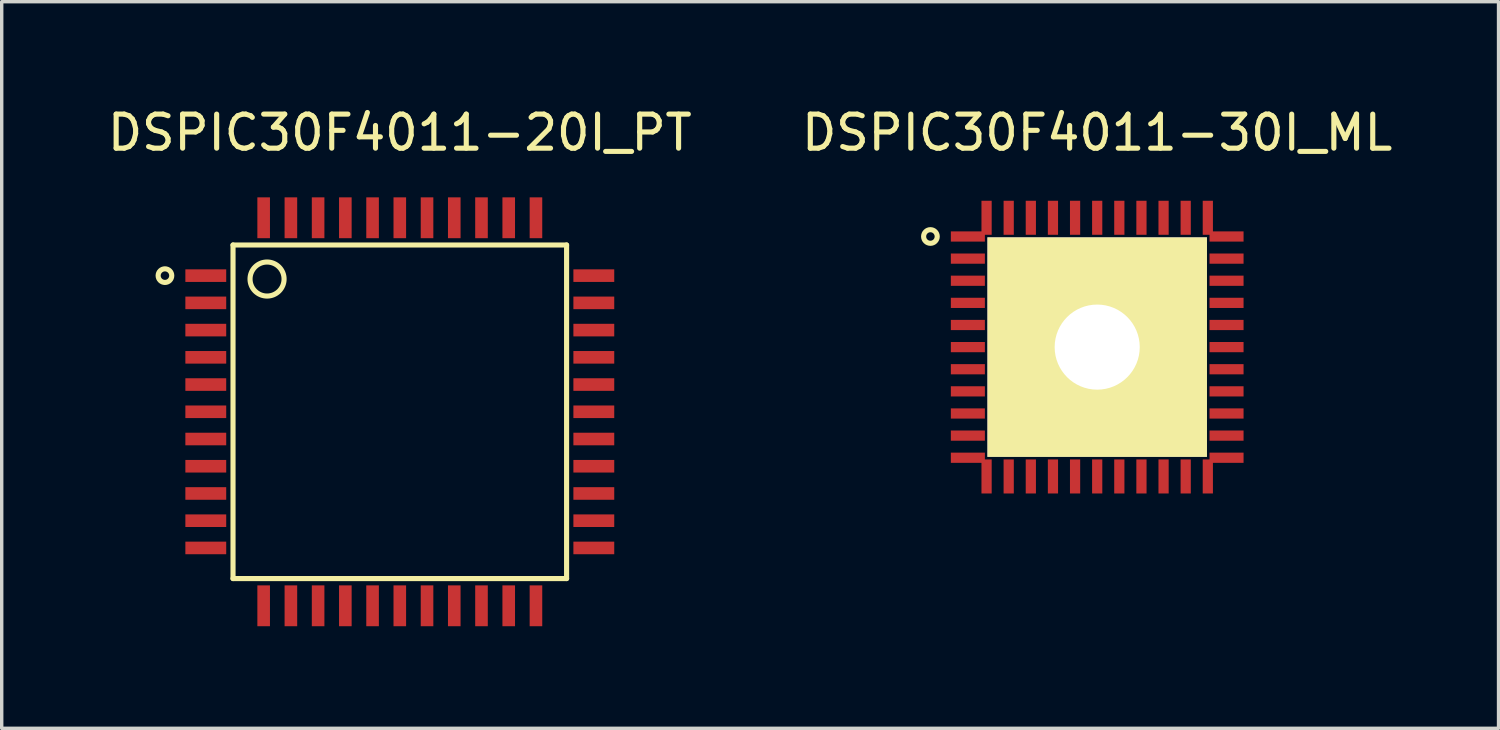
<source format=kicad_pcb>
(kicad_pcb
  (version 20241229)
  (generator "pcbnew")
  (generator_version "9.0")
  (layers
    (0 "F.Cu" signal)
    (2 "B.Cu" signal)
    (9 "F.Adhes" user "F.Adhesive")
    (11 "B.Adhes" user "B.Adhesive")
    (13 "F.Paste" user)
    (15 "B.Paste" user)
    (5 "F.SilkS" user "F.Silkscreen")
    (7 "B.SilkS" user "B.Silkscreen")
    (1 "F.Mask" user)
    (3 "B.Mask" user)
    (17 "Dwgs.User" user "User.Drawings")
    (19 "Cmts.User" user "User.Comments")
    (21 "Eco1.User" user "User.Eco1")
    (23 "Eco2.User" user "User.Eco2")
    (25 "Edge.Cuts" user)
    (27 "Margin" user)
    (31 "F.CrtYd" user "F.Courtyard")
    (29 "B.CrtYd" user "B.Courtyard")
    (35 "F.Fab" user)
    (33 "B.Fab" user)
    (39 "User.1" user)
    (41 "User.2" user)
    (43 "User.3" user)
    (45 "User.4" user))
  (footprint "DSPIC30F4011-30I_ML"
    (layer "F.Cu")
    (at 25.385 3.348)
    (property "Reference" "DSPIC30F4011-30I_ML" (at 3.8 -2.5 0) (layer "F.SilkS") (effects (font (size 1 1) (thickness 0.15))))
    (attr through_hole)
    (fp_line (start 0.7 0.7) (end 0.7 6.9) (stroke (width 0.15) (type solid)) (layer "F.SilkS"))
    (fp_line (start 0.7 0.7) (end 6.9 0.7) (stroke (width 0.15) (type solid)) (layer "F.SilkS"))
    (fp_line (start 0.7 6.9) (end 6.9 6.9) (stroke (width 0.15) (type solid)) (layer "F.SilkS"))
    (fp_line (start 6.9 6.9) (end 6.9 0.7) (stroke (width 0.15) (type solid)) (layer "F.SilkS"))
    (fp_circle (center -1.1 0.55) (end -1.1 0.35) (stroke (width 0.15) (type solid)) (fill no) (layer "F.SilkS"))
    (fp_circle (center 1.7 1.7) (end 1.7 1.2) (stroke (width 0.15) (type solid)) (fill no) (layer "F.SilkS"))
    (pad "1" smd rect (at 0 0.55) (size 1 0.3) (layers "F.Cu" "F.Mask" "F.Paste"))
    (pad "2" smd rect (at 0 1.2) (size 1 0.3) (layers "F.Cu" "F.Mask" "F.Paste"))
    (pad "3" smd rect (at 0 1.85) (size 1 0.3) (layers "F.Cu" "F.Mask" "F.Paste"))
    (pad "4" smd rect (at 0 2.5) (size 1 0.3) (layers "F.Cu" "F.Mask" "F.Paste"))
    (pad "5" smd rect (at 0 3.15) (size 1 0.3) (layers "F.Cu" "F.Mask" "F.Paste"))
    (pad "6" smd rect (at 0 3.8) (size 1 0.3) (layers "F.Cu" "F.Mask" "F.Paste"))
    (pad "7" smd rect (at 0 4.45) (size 1 0.3) (layers "F.Cu" "F.Mask" "F.Paste"))
    (pad "8" smd rect (at 0 5.1) (size 1 0.3) (layers "F.Cu" "F.Mask" "F.Paste"))
    (pad "9" smd rect (at 0 5.75) (size 1 0.3) (layers "F.Cu" "F.Mask" "F.Paste"))
    (pad "10" smd rect (at 0 6.4) (size 1 0.3) (layers "F.Cu" "F.Mask" "F.Paste"))
    (pad "11" smd rect (at 0 7.05) (size 1 0.3) (layers "F.Cu" "F.Mask" "F.Paste"))
    (pad "12" smd rect (at 0.55 7.6) (size 0.3 1) (layers "F.Cu" "F.Mask" "F.Paste"))
    (pad "13" smd rect (at 1.2 7.6) (size 0.3 1) (layers "F.Cu" "F.Mask" "F.Paste"))
    (pad "14" smd rect (at 1.85 7.6) (size 0.3 1) (layers "F.Cu" "F.Mask" "F.Paste"))
    (pad "15" smd rect (at 2.5 7.6) (size 0.3 1) (layers "F.Cu" "F.Mask" "F.Paste"))
    (pad "16" smd rect (at 3.15 7.6) (size 0.3 1) (layers "F.Cu" "F.Mask" "F.Paste"))
    (pad "17" smd rect (at 3.8 7.6) (size 0.3 1) (layers "F.Cu" "F.Mask" "F.Paste"))
    (pad "18" smd rect (at 4.45 7.6) (size 0.3 1) (layers "F.Cu" "F.Mask" "F.Paste"))
    (pad "19" smd rect (at 5.1 7.6) (size 0.3 1) (layers "F.Cu" "F.Mask" "F.Paste"))
    (pad "20" smd rect (at 5.75 7.6) (size 0.3 1) (layers "F.Cu" "F.Mask" "F.Paste"))
    (pad "21" smd rect (at 6.4 7.6) (size 0.3 1) (layers "F.Cu" "F.Mask" "F.Paste"))
    (pad "22" smd rect (at 7.05 7.6) (size 0.3 1) (layers "F.Cu" "F.Mask" "F.Paste"))
    (pad "23" smd rect (at 7.6 7.05) (size 1 0.3) (layers "F.Cu" "F.Mask" "F.Paste"))
    (pad "24" smd rect (at 7.6 6.4) (size 1 0.3) (layers "F.Cu" "F.Mask" "F.Paste"))
    (pad "25" smd rect (at 7.6 5.75) (size 1 0.3) (layers "F.Cu" "F.Mask" "F.Paste"))
    (pad "26" smd rect (at 7.6 5.1) (size 1 0.3) (layers "F.Cu" "F.Mask" "F.Paste"))
    (pad "27" smd rect (at 7.6 4.45) (size 1 0.3) (layers "F.Cu" "F.Mask" "F.Paste"))
    (pad "28" smd rect (at 7.6 3.8) (size 1 0.3) (layers "F.Cu" "F.Mask" "F.Paste"))
    (pad "29" smd rect (at 7.6 3.15) (size 1 0.3) (layers "F.Cu" "F.Mask" "F.Paste"))
    (pad "30" smd rect (at 7.6 2.5) (size 1 0.3) (layers "F.Cu" "F.Mask" "F.Paste"))
    (pad "31" smd rect (at 7.6 1.85) (size 1 0.3) (layers "F.Cu" "F.Mask" "F.Paste"))
    (pad "32" smd rect (at 7.6 1.2) (size 1 0.3) (layers "F.Cu" "F.Mask" "F.Paste"))
    (pad "33" smd rect (at 7.6 0.55) (size 1 0.3) (layers "F.Cu" "F.Mask" "F.Paste"))
    (pad "34" smd rect (at 7.05 0) (size 0.3 1) (layers "F.Cu" "F.Mask" "F.Paste"))
    (pad "35" smd rect (at 6.4 0) (size 0.3 1) (layers "F.Cu" "F.Mask" "F.Paste"))
    (pad "36" smd rect (at 5.75 0) (size 0.3 1) (layers "F.Cu" "F.Mask" "F.Paste"))
    (pad "37" smd rect (at 5.1 0) (size 0.3 1) (layers "F.Cu" "F.Mask" "F.Paste"))
    (pad "38" smd rect (at 4.45 0) (size 0.3 1) (layers "F.Cu" "F.Mask" "F.Paste"))
    (pad "39" smd rect (at 3.8 0) (size 0.3 1) (layers "F.Cu" "F.Mask" "F.Paste"))
    (pad "40" smd rect (at 3.15 0) (size 0.3 1) (layers "F.Cu" "F.Mask" "F.Paste"))
    (pad "41" smd rect (at 2.5 0) (size 0.3 1) (layers "F.Cu" "F.Mask" "F.Paste"))
    (pad "42" smd rect (at 1.85 0) (size 0.3 1) (layers "F.Cu" "F.Mask" "F.Paste"))
    (pad "43" smd rect (at 1.2 0) (size 0.3 1) (layers "F.Cu" "F.Mask" "F.Paste"))
    (pad "44" smd rect (at 0.55 0) (size 0.3 1) (layers "F.Cu" "F.Mask" "F.Paste"))
    (pad "999" thru_hole rect (at 3.8 3.8) (size 6.45 6.45) (drill 2.5) (layers "*.Cu" "*.Mask" "F.SilkS")))
  (footprint "DSPIC30F4011-20I_PT"
    (layer "F.Cu")
    (at 2.996 3.348)
    (property "Reference" "DSPIC30F4011-20I_PT" (at 5.7 -2.5 0) (layer "F.SilkS") (effects (font (size 1 1) (thickness 0.15))))
    (attr through_hole)
    (fp_line (start 0.8 0.8) (end 0.8 10.6) (stroke (width 0.15) (type solid)) (layer "F.SilkS"))
    (fp_line (start 0.8 0.8) (end 10.6 0.8) (stroke (width 0.15) (type solid)) (layer "F.SilkS"))
    (fp_line (start 0.8 10.6) (end 10.6 10.6) (stroke (width 0.15) (type solid)) (layer "F.SilkS"))
    (fp_line (start 10.6 10.6) (end 10.6 0.8) (stroke (width 0.15) (type solid)) (layer "F.SilkS"))
    (fp_circle (center -1.2 1.7) (end -1.2 1.5) (stroke (width 0.15) (type solid)) (fill no) (layer "F.SilkS"))
    (fp_circle (center 1.8 1.8) (end 1.8 1.3) (stroke (width 0.15) (type solid)) (fill no) (layer "F.SilkS"))
    (pad "1" smd rect (at 0 1.7) (size 1.2 0.37) (layers "F.Cu" "F.Mask" "F.Paste"))
    (pad "2" smd rect (at 0 2.5) (size 1.2 0.37) (layers "F.Cu" "F.Mask" "F.Paste"))
    (pad "3" smd rect (at 0 3.3) (size 1.2 0.37) (layers "F.Cu" "F.Mask" "F.Paste"))
    (pad "4" smd rect (at 0 4.1) (size 1.2 0.37) (layers "F.Cu" "F.Mask" "F.Paste"))
    (pad "5" smd rect (at 0 4.9) (size 1.2 0.37) (layers "F.Cu" "F.Mask" "F.Paste"))
    (pad "6" smd rect (at 0 5.7) (size 1.2 0.37) (layers "F.Cu" "F.Mask" "F.Paste"))
    (pad "7" smd rect (at 0 6.5) (size 1.2 0.37) (layers "F.Cu" "F.Mask" "F.Paste"))
    (pad "8" smd rect (at 0 7.3) (size 1.2 0.37) (layers "F.Cu" "F.Mask" "F.Paste"))
    (pad "9" smd rect (at 0 8.1) (size 1.2 0.37) (layers "F.Cu" "F.Mask" "F.Paste"))
    (pad "10" smd rect (at 0 8.9) (size 1.2 0.37) (layers "F.Cu" "F.Mask" "F.Paste"))
    (pad "11" smd rect (at 0 9.7) (size 1.2 0.37) (layers "F.Cu" "F.Mask" "F.Paste"))
    (pad "12" smd rect (at 1.7 11.4) (size 0.37 1.2) (layers "F.Cu" "F.Mask" "F.Paste"))
    (pad "13" smd rect (at 2.5 11.4) (size 0.37 1.2) (layers "F.Cu" "F.Mask" "F.Paste"))
    (pad "14" smd rect (at 3.3 11.4) (size 0.37 1.2) (layers "F.Cu" "F.Mask" "F.Paste"))
    (pad "15" smd rect (at 4.1 11.4) (size 0.37 1.2) (layers "F.Cu" "F.Mask" "F.Paste"))
    (pad "16" smd rect (at 4.9 11.4) (size 0.37 1.2) (layers "F.Cu" "F.Mask" "F.Paste"))
    (pad "17" smd rect (at 5.7 11.4) (size 0.37 1.2) (layers "F.Cu" "F.Mask" "F.Paste"))
    (pad "18" smd rect (at 6.5 11.4) (size 0.37 1.2) (layers "F.Cu" "F.Mask" "F.Paste"))
    (pad "19" smd rect (at 7.3 11.4) (size 0.37 1.2) (layers "F.Cu" "F.Mask" "F.Paste"))
    (pad "20" smd rect (at 8.1 11.4) (size 0.37 1.2) (layers "F.Cu" "F.Mask" "F.Paste"))
    (pad "21" smd rect (at 8.9 11.4) (size 0.37 1.2) (layers "F.Cu" "F.Mask" "F.Paste"))
    (pad "22" smd rect (at 9.7 11.4) (size 0.37 1.2) (layers "F.Cu" "F.Mask" "F.Paste"))
    (pad "23" smd rect (at 11.4 9.7) (size 1.2 0.37) (layers "F.Cu" "F.Mask" "F.Paste"))
    (pad "24" smd rect (at 11.4 8.9) (size 1.2 0.37) (layers "F.Cu" "F.Mask" "F.Paste"))
    (pad "25" smd rect (at 11.4 8.1) (size 1.2 0.37) (layers "F.Cu" "F.Mask" "F.Paste"))
    (pad "26" smd rect (at 11.4 7.3) (size 1.2 0.37) (layers "F.Cu" "F.Mask" "F.Paste"))
    (pad "27" smd rect (at 11.4 6.5) (size 1.2 0.37) (layers "F.Cu" "F.Mask" "F.Paste"))
    (pad "28" smd rect (at 11.4 5.7) (size 1.2 0.37) (layers "F.Cu" "F.Mask" "F.Paste"))
    (pad "29" smd rect (at 11.4 4.9) (size 1.2 0.37) (layers "F.Cu" "F.Mask" "F.Paste"))
    (pad "30" smd rect (at 11.4 4.1) (size 1.2 0.37) (layers "F.Cu" "F.Mask" "F.Paste"))
    (pad "31" smd rect (at 11.4 3.3) (size 1.2 0.37) (layers "F.Cu" "F.Mask" "F.Paste"))
    (pad "32" smd rect (at 11.4 2.5) (size 1.2 0.37) (layers "F.Cu" "F.Mask" "F.Paste"))
    (pad "33" smd rect (at 11.4 1.7) (size 1.2 0.37) (layers "F.Cu" "F.Mask" "F.Paste"))
    (pad "34" smd rect (at 9.7 0) (size 0.37 1.2) (layers "F.Cu" "F.Mask" "F.Paste"))
    (pad "35" smd rect (at 8.9 0) (size 0.37 1.2) (layers "F.Cu" "F.Mask" "F.Paste"))
    (pad "36" smd rect (at 8.1 0) (size 0.37 1.2) (layers "F.Cu" "F.Mask" "F.Paste"))
    (pad "37" smd rect (at 7.3 0) (size 0.37 1.2) (layers "F.Cu" "F.Mask" "F.Paste"))
    (pad "38" smd rect (at 6.5 0) (size 0.37 1.2) (layers "F.Cu" "F.Mask" "F.Paste"))
    (pad "39" smd rect (at 5.7 0) (size 0.37 1.2) (layers "F.Cu" "F.Mask" "F.Paste"))
    (pad "40" smd rect (at 4.9 0) (size 0.37 1.2) (layers "F.Cu" "F.Mask" "F.Paste"))
    (pad "41" smd rect (at 4.1 0) (size 0.37 1.2) (layers "F.Cu" "F.Mask" "F.Paste"))
    (pad "42" smd rect (at 3.3 0) (size 0.37 1.2) (layers "F.Cu" "F.Mask" "F.Paste"))
    (pad "43" smd rect (at 2.5 0) (size 0.37 1.2) (layers "F.Cu" "F.Mask" "F.Paste"))
    (pad "44" smd rect (at 1.7 0) (size 0.37 1.2) (layers "F.Cu" "F.Mask" "F.Paste")))
  (gr_rect
    (start -3 -3)
    (end 40.976 18.348)
    (stroke (width 0.1) (type default))
    (fill no)
    (layer "Edge.Cuts")))
</source>
